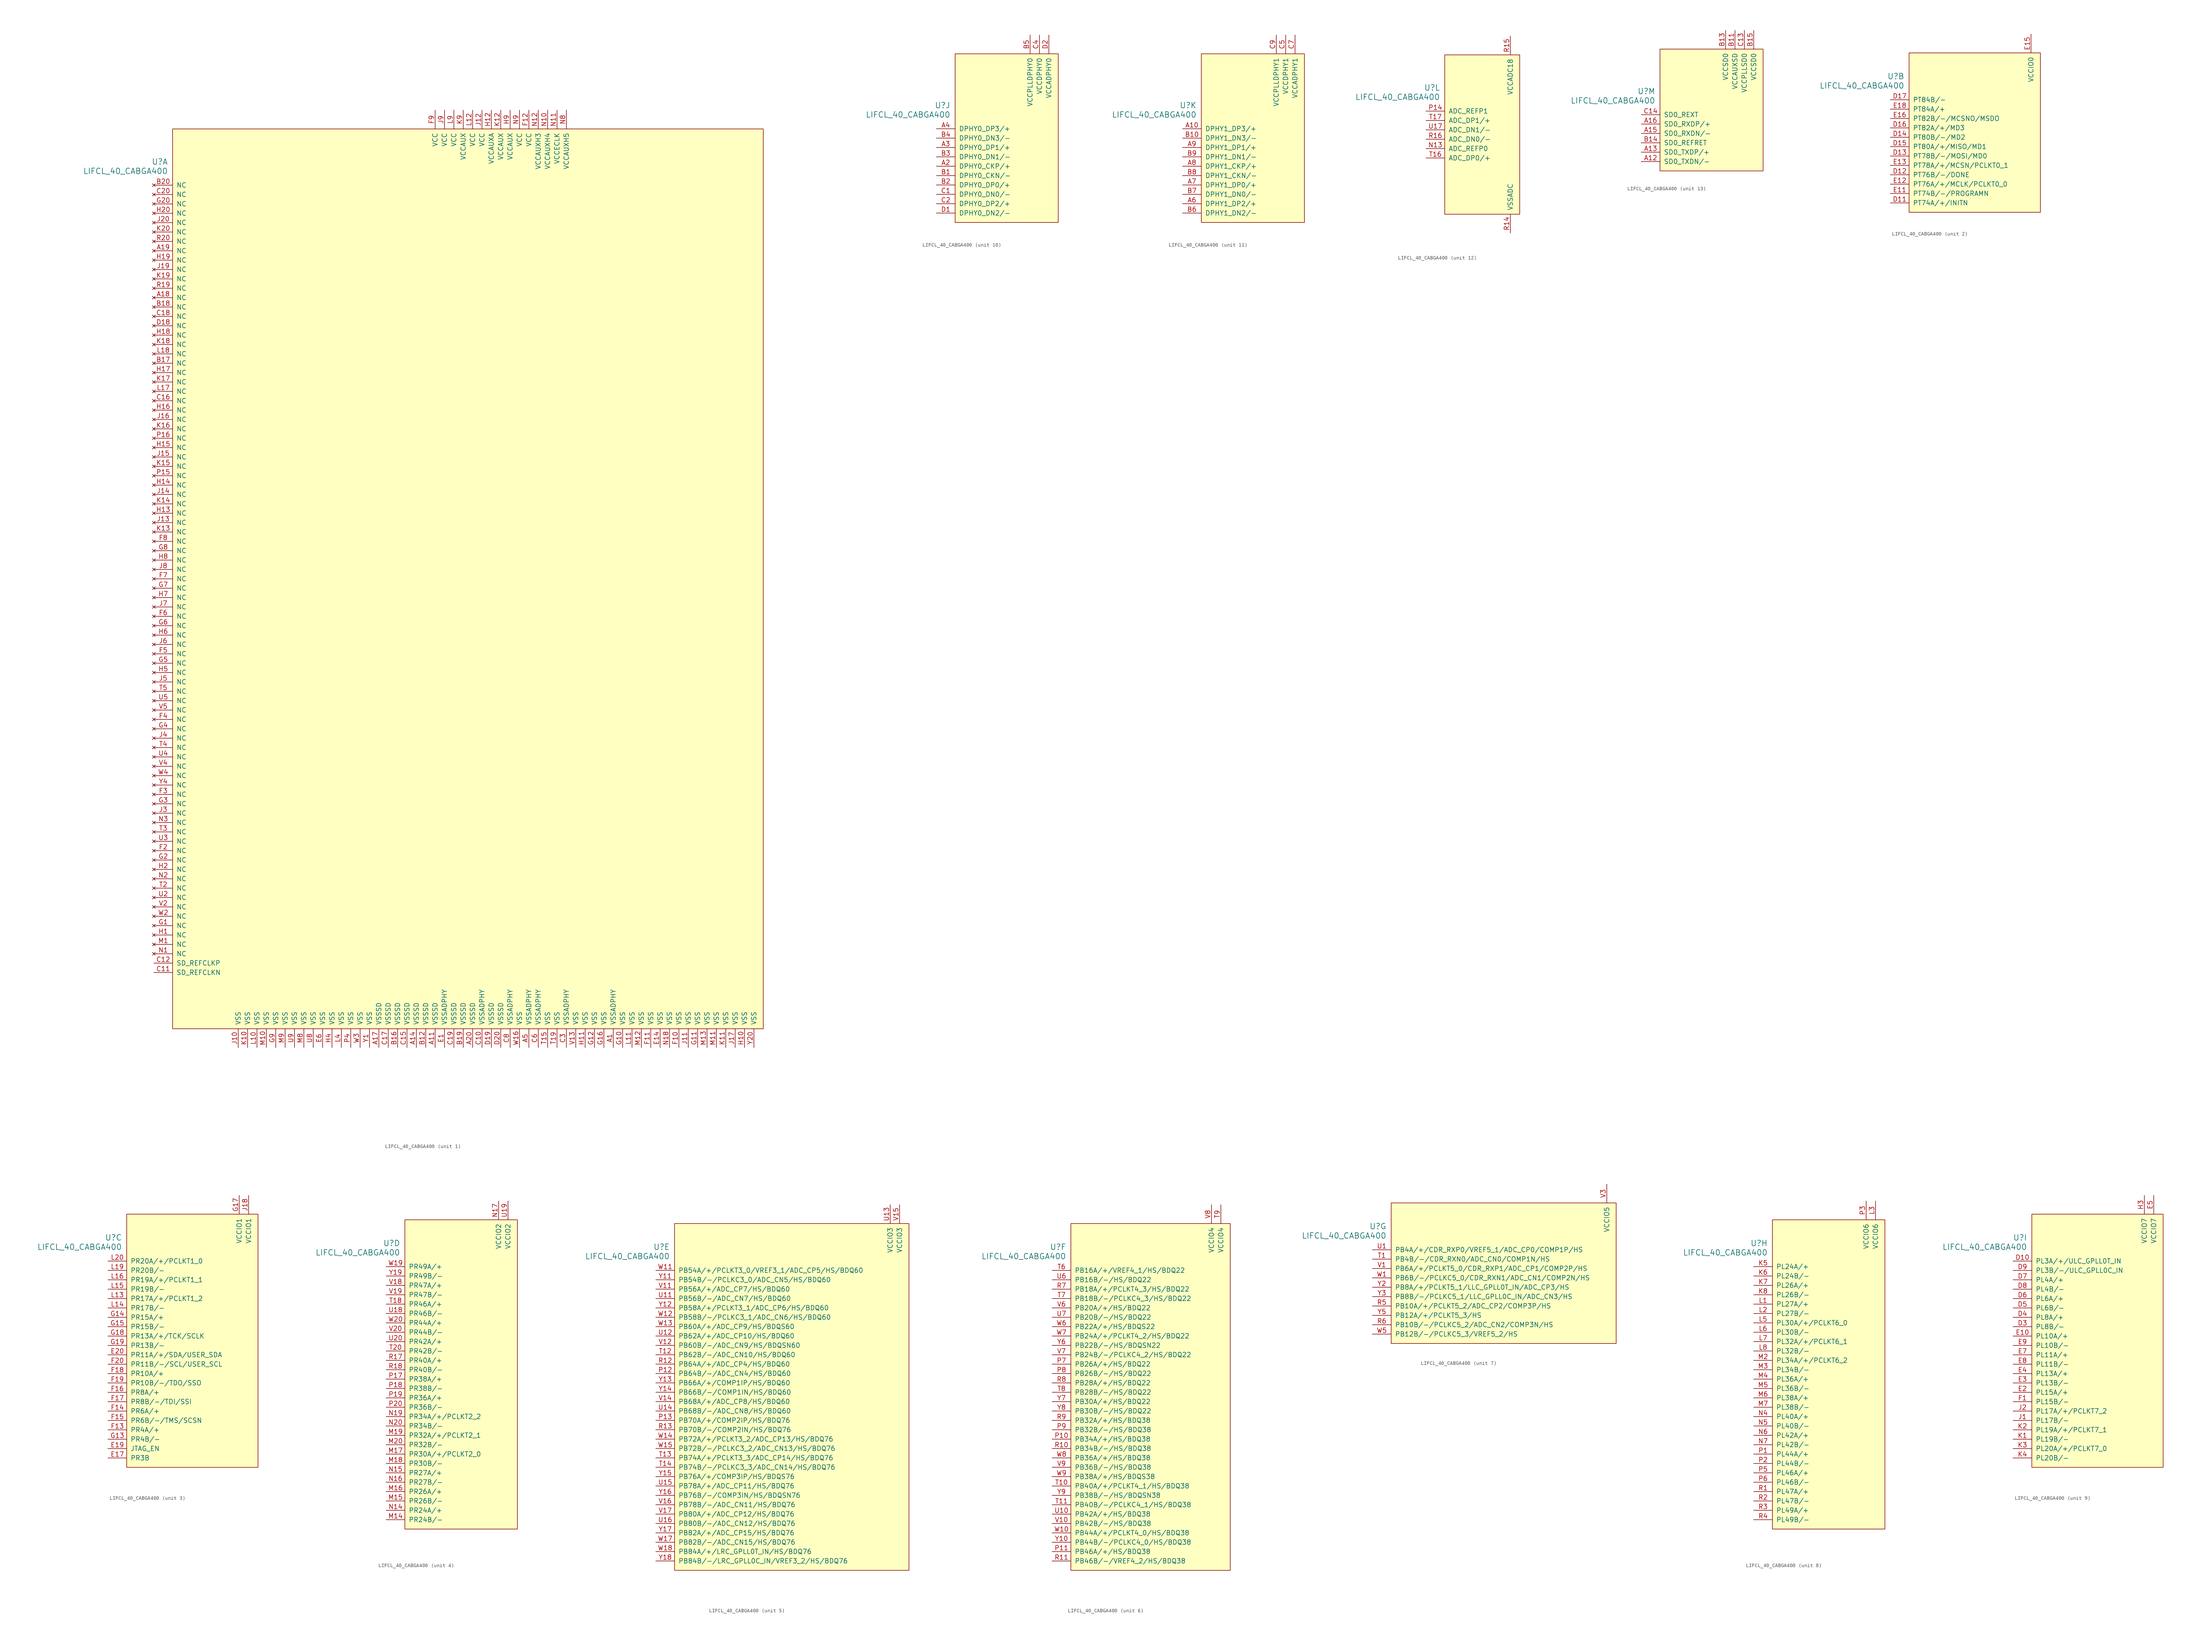
<source format=kicad_sym>
(kicad_symbol_lib
  (version 20201005)
  (generator kicad_symbol_editor)
  (symbol "meowality:LIFCL_40_CABGA400"
    (pin_names
      (offset 1.016))
    (property "Reference" "U"
      (at 3.81 6.35 0)
      (effects (font (size 1.524 1.524)) (justify right)))
    (property "Value" "LIFCL_40_CABGA400"
      (at 3.81 3.81 0)
      (effects (font (size 1.524 1.524)) (justify right)))
    (property "ki_locked" ""
      (at 0 0 0)
      (effects (font (size 1.27 1.27))))
    (symbol "LIFCL_40_CABGA400_1_1"
      (rectangle (start 5.08 15.24) (end 165.1 -228.6) (stroke (width 0)) (fill (type background)))
      (pin power_in line (at 22.86 -233.68 90) (length 5.08) (name "VSS" (effects (font (size 1.27 1.27)))) (number "J10" (effects (font (size 1.27 1.27)))))
      (pin power_in line (at 25.4 -233.68 90) (length 5.08) (name "VSS" (effects (font (size 1.27 1.27)))) (number "K10" (effects (font (size 1.27 1.27)))))
      (pin power_in line (at 27.94 -233.68 90) (length 5.08) (name "VSS" (effects (font (size 1.27 1.27)))) (number "L10" (effects (font (size 1.27 1.27)))))
      (pin power_in line (at 30.48 -233.68 90) (length 5.08) (name "VSS" (effects (font (size 1.27 1.27)))) (number "M10" (effects (font (size 1.27 1.27)))))
      (pin power_in line (at 33.02 -233.68 90) (length 5.08) (name "VSS" (effects (font (size 1.27 1.27)))) (number "G9" (effects (font (size 1.27 1.27)))))
      (pin power_in line (at 35.56 -233.68 90) (length 5.08) (name "VSS" (effects (font (size 1.27 1.27)))) (number "M9" (effects (font (size 1.27 1.27)))))
      (pin power_in line (at 38.1 -233.68 90) (length 5.08) (name "VSS" (effects (font (size 1.27 1.27)))) (number "U9" (effects (font (size 1.27 1.27)))))
      (pin power_in line (at 40.64 -233.68 90) (length 5.08) (name "VSS" (effects (font (size 1.27 1.27)))) (number "M8" (effects (font (size 1.27 1.27)))))
      (pin power_in line (at 43.18 -233.68 90) (length 5.08) (name "VSS" (effects (font (size 1.27 1.27)))) (number "U8" (effects (font (size 1.27 1.27)))))
      (pin power_in line (at 45.72 -233.68 90) (length 5.08) (name "VSS" (effects (font (size 1.27 1.27)))) (number "E6" (effects (font (size 1.27 1.27)))))
      (pin power_in line (at 48.26 -233.68 90) (length 5.08) (name "VSS" (effects (font (size 1.27 1.27)))) (number "H4" (effects (font (size 1.27 1.27)))))
      (pin power_in line (at 50.8 -233.68 90) (length 5.08) (name "VSS" (effects (font (size 1.27 1.27)))) (number "L4" (effects (font (size 1.27 1.27)))))
      (pin power_in line (at 53.34 -233.68 90) (length 5.08) (name "VSS" (effects (font (size 1.27 1.27)))) (number "P4" (effects (font (size 1.27 1.27)))))
      (pin power_in line (at 55.88 -233.68 90) (length 5.08) (name "VSS" (effects (font (size 1.27 1.27)))) (number "W3" (effects (font (size 1.27 1.27)))))
      (pin power_in line (at 58.42 -233.68 90) (length 5.08) (name "VSS" (effects (font (size 1.27 1.27)))) (number "Y1" (effects (font (size 1.27 1.27)))))
      (pin power_in line (at 60.96 -233.68 90) (length 5.08) (name "VSSSD" (effects (font (size 1.27 1.27)))) (number "A17" (effects (font (size 1.27 1.27)))))
      (pin power_in line (at 63.5 -233.68 90) (length 5.08) (name "VSSSD" (effects (font (size 1.27 1.27)))) (number "C17" (effects (font (size 1.27 1.27)))))
      (pin power_in line (at 66.04 -233.68 90) (length 5.08) (name "VSSSD" (effects (font (size 1.27 1.27)))) (number "B16" (effects (font (size 1.27 1.27)))))
      (pin power_in line (at 68.58 -233.68 90) (length 5.08) (name "VSSSD" (effects (font (size 1.27 1.27)))) (number "C15" (effects (font (size 1.27 1.27)))))
      (pin power_in line (at 71.12 -233.68 90) (length 5.08) (name "VSSSD" (effects (font (size 1.27 1.27)))) (number "A14" (effects (font (size 1.27 1.27)))))
      (pin power_in line (at 73.66 -233.68 90) (length 5.08) (name "VSSSD" (effects (font (size 1.27 1.27)))) (number "B12" (effects (font (size 1.27 1.27)))))
      (pin power_in line (at 76.2 -233.68 90) (length 5.08) (name "VSSSD" (effects (font (size 1.27 1.27)))) (number "A11" (effects (font (size 1.27 1.27)))))
      (pin power_in line (at 78.74 -233.68 90) (length 5.08) (name "VSSADPHY" (effects (font (size 1.27 1.27)))) (number "E1" (effects (font (size 1.27 1.27)))))
      (pin power_in line (at 81.28 -233.68 90) (length 5.08) (name "VSSSD" (effects (font (size 1.27 1.27)))) (number "C19" (effects (font (size 1.27 1.27)))))
      (pin power_in line (at 83.82 -233.68 90) (length 5.08) (name "VSSSD" (effects (font (size 1.27 1.27)))) (number "B19" (effects (font (size 1.27 1.27)))))
      (pin power_in line (at 86.36 -233.68 90) (length 5.08) (name "VSSSD" (effects (font (size 1.27 1.27)))) (number "A20" (effects (font (size 1.27 1.27)))))
      (pin power_in line (at 88.9 -233.68 90) (length 5.08) (name "VSSADPHY" (effects (font (size 1.27 1.27)))) (number "C10" (effects (font (size 1.27 1.27)))))
      (pin power_in line (at 91.44 -233.68 90) (length 5.08) (name "VSSSD" (effects (font (size 1.27 1.27)))) (number "D19" (effects (font (size 1.27 1.27)))))
      (pin power_in line (at 93.98 -233.68 90) (length 5.08) (name "VSSSD" (effects (font (size 1.27 1.27)))) (number "D20" (effects (font (size 1.27 1.27)))))
      (pin power_in line (at 96.52 -233.68 90) (length 5.08) (name "VSSADPHY" (effects (font (size 1.27 1.27)))) (number "C8" (effects (font (size 1.27 1.27)))))
      (pin power_in line (at 99.06 -233.68 90) (length 5.08) (name "VSS" (effects (font (size 1.27 1.27)))) (number "W16" (effects (font (size 1.27 1.27)))))
      (pin power_in line (at 101.6 -233.68 90) (length 5.08) (name "VSSADPHY" (effects (font (size 1.27 1.27)))) (number "A5" (effects (font (size 1.27 1.27)))))
      (pin power_in line (at 104.14 -233.68 90) (length 5.08) (name "VSSADPHY" (effects (font (size 1.27 1.27)))) (number "C6" (effects (font (size 1.27 1.27)))))
      (pin power_in line (at 106.68 -233.68 90) (length 5.08) (name "VSS" (effects (font (size 1.27 1.27)))) (number "T15" (effects (font (size 1.27 1.27)))))
      (pin power_in line (at 109.22 -233.68 90) (length 5.08) (name "VSS" (effects (font (size 1.27 1.27)))) (number "T19" (effects (font (size 1.27 1.27)))))
      (pin power_in line (at 111.76 -233.68 90) (length 5.08) (name "VSSADPHY" (effects (font (size 1.27 1.27)))) (number "C3" (effects (font (size 1.27 1.27)))))
      (pin power_in line (at 114.3 -233.68 90) (length 5.08) (name "VSS" (effects (font (size 1.27 1.27)))) (number "V13" (effects (font (size 1.27 1.27)))))
      (pin power_in line (at 116.84 -233.68 90) (length 5.08) (name "VSS" (effects (font (size 1.27 1.27)))) (number "H11" (effects (font (size 1.27 1.27)))))
      (pin power_in line (at 119.38 -233.68 90) (length 5.08) (name "VSS" (effects (font (size 1.27 1.27)))) (number "G12" (effects (font (size 1.27 1.27)))))
      (pin power_in line (at 121.92 -233.68 90) (length 5.08) (name "VSS" (effects (font (size 1.27 1.27)))) (number "G16" (effects (font (size 1.27 1.27)))))
      (pin power_in line (at 124.46 -233.68 90) (length 5.08) (name "VSSADPHY" (effects (font (size 1.27 1.27)))) (number "A1" (effects (font (size 1.27 1.27)))))
      (pin power_in line (at 127 -233.68 90) (length 5.08) (name "VSS" (effects (font (size 1.27 1.27)))) (number "G10" (effects (font (size 1.27 1.27)))))
      (pin power_in line (at 129.54 -233.68 90) (length 5.08) (name "VSS" (effects (font (size 1.27 1.27)))) (number "L11" (effects (font (size 1.27 1.27)))))
      (pin power_in line (at 132.08 -233.68 90) (length 5.08) (name "VSS" (effects (font (size 1.27 1.27)))) (number "M12" (effects (font (size 1.27 1.27)))))
      (pin power_in line (at 134.62 -233.68 90) (length 5.08) (name "VSS" (effects (font (size 1.27 1.27)))) (number "F11" (effects (font (size 1.27 1.27)))))
      (pin power_in line (at 137.16 -233.68 90) (length 5.08) (name "VSS" (effects (font (size 1.27 1.27)))) (number "E14" (effects (font (size 1.27 1.27)))))
      (pin power_in line (at 139.7 -233.68 90) (length 5.08) (name "VSS" (effects (font (size 1.27 1.27)))) (number "N18" (effects (font (size 1.27 1.27)))))
      (pin power_in line (at 142.24 -233.68 90) (length 5.08) (name "VSS" (effects (font (size 1.27 1.27)))) (number "F10" (effects (font (size 1.27 1.27)))))
      (pin power_in line (at 144.78 -233.68 90) (length 5.08) (name "VSS" (effects (font (size 1.27 1.27)))) (number "J11" (effects (font (size 1.27 1.27)))))
      (pin power_in line (at 147.32 -233.68 90) (length 5.08) (name "VSS" (effects (font (size 1.27 1.27)))) (number "G11" (effects (font (size 1.27 1.27)))))
      (pin power_in line (at 149.86 -233.68 90) (length 5.08) (name "VSS" (effects (font (size 1.27 1.27)))) (number "M13" (effects (font (size 1.27 1.27)))))
      (pin power_in line (at 152.4 -233.68 90) (length 5.08) (name "VSS" (effects (font (size 1.27 1.27)))) (number "M11" (effects (font (size 1.27 1.27)))))
      (pin power_in line (at 154.94 -233.68 90) (length 5.08) (name "VSS" (effects (font (size 1.27 1.27)))) (number "K11" (effects (font (size 1.27 1.27)))))
      (pin power_in line (at 157.48 -233.68 90) (length 5.08) (name "VSS" (effects (font (size 1.27 1.27)))) (number "J17" (effects (font (size 1.27 1.27)))))
      (pin power_in line (at 160.02 -233.68 90) (length 5.08) (name "VSS" (effects (font (size 1.27 1.27)))) (number "H10" (effects (font (size 1.27 1.27)))))
      (pin power_in line (at 162.56 -233.68 90) (length 5.08) (name "VSS" (effects (font (size 1.27 1.27)))) (number "Y20" (effects (font (size 1.27 1.27)))))
      (pin power_in line (at 111.76 20.32 270) (length 5.08) (name "VCCAUXH5" (effects (font (size 1.27 1.27)))) (number "N8" (effects (font (size 1.27 1.27)))))
      (pin power_in line (at 109.22 20.32 270) (length 5.08) (name "VCCECLK" (effects (font (size 1.27 1.27)))) (number "N11" (effects (font (size 1.27 1.27)))))
      (pin power_in line (at 106.68 20.32 270) (length 5.08) (name "VCCAUXH4" (effects (font (size 1.27 1.27)))) (number "N10" (effects (font (size 1.27 1.27)))))
      (pin power_in line (at 104.14 20.32 270) (length 5.08) (name "VCCAUXH3" (effects (font (size 1.27 1.27)))) (number "N12" (effects (font (size 1.27 1.27)))))
      (pin power_in line (at 101.6 20.32 270) (length 5.08) (name "VCC" (effects (font (size 1.27 1.27)))) (number "F12" (effects (font (size 1.27 1.27)))))
      (pin power_in line (at 99.06 20.32 270) (length 5.08) (name "VCC" (effects (font (size 1.27 1.27)))) (number "N9" (effects (font (size 1.27 1.27)))))
      (pin power_in line (at 96.52 20.32 270) (length 5.08) (name "VCCAUX" (effects (font (size 1.27 1.27)))) (number "H9" (effects (font (size 1.27 1.27)))))
      (pin power_in line (at 93.98 20.32 270) (length 5.08) (name "VCCAUX" (effects (font (size 1.27 1.27)))) (number "K12" (effects (font (size 1.27 1.27)))))
      (pin power_in line (at 91.44 20.32 270) (length 5.08) (name "VCCAUXA" (effects (font (size 1.27 1.27)))) (number "H12" (effects (font (size 1.27 1.27)))))
      (pin power_in line (at 88.9 20.32 270) (length 5.08) (name "VCC" (effects (font (size 1.27 1.27)))) (number "J12" (effects (font (size 1.27 1.27)))))
      (pin power_in line (at 86.36 20.32 270) (length 5.08) (name "VCC" (effects (font (size 1.27 1.27)))) (number "L12" (effects (font (size 1.27 1.27)))))
      (pin power_in line (at 83.82 20.32 270) (length 5.08) (name "VCCAUX" (effects (font (size 1.27 1.27)))) (number "K9" (effects (font (size 1.27 1.27)))))
      (pin power_in line (at 81.28 20.32 270) (length 5.08) (name "VCC" (effects (font (size 1.27 1.27)))) (number "L9" (effects (font (size 1.27 1.27)))))
      (pin power_in line (at 78.74 20.32 270) (length 5.08) (name "VCC" (effects (font (size 1.27 1.27)))) (number "J9" (effects (font (size 1.27 1.27)))))
      (pin power_in line (at 76.2 20.32 270) (length 5.08) (name "VCC" (effects (font (size 1.27 1.27)))) (number "F9" (effects (font (size 1.27 1.27)))))
      (pin no_connect line (at 0 0 0) (length 5.08) (name "NC" (effects (font (size 1.27 1.27)))) (number "B20" (effects (font (size 1.27 1.27)))))
      (pin no_connect line (at 0 -2.54 0) (length 5.08) (name "NC" (effects (font (size 1.27 1.27)))) (number "C20" (effects (font (size 1.27 1.27)))))
      (pin no_connect line (at 0 -5.08 0) (length 5.08) (name "NC" (effects (font (size 1.27 1.27)))) (number "G20" (effects (font (size 1.27 1.27)))))
      (pin no_connect line (at 0 -7.62 0) (length 5.08) (name "NC" (effects (font (size 1.27 1.27)))) (number "H20" (effects (font (size 1.27 1.27)))))
      (pin no_connect line (at 0 -10.16 0) (length 5.08) (name "NC" (effects (font (size 1.27 1.27)))) (number "J20" (effects (font (size 1.27 1.27)))))
      (pin no_connect line (at 0 -12.7 0) (length 5.08) (name "NC" (effects (font (size 1.27 1.27)))) (number "K20" (effects (font (size 1.27 1.27)))))
      (pin no_connect line (at 0 -15.24 0) (length 5.08) (name "NC" (effects (font (size 1.27 1.27)))) (number "R20" (effects (font (size 1.27 1.27)))))
      (pin no_connect line (at 0 -17.78 0) (length 5.08) (name "NC" (effects (font (size 1.27 1.27)))) (number "A19" (effects (font (size 1.27 1.27)))))
      (pin no_connect line (at 0 -20.32 0) (length 5.08) (name "NC" (effects (font (size 1.27 1.27)))) (number "H19" (effects (font (size 1.27 1.27)))))
      (pin no_connect line (at 0 -22.86 0) (length 5.08) (name "NC" (effects (font (size 1.27 1.27)))) (number "J19" (effects (font (size 1.27 1.27)))))
      (pin no_connect line (at 0 -25.4 0) (length 5.08) (name "NC" (effects (font (size 1.27 1.27)))) (number "K19" (effects (font (size 1.27 1.27)))))
      (pin no_connect line (at 0 -27.94 0) (length 5.08) (name "NC" (effects (font (size 1.27 1.27)))) (number "R19" (effects (font (size 1.27 1.27)))))
      (pin no_connect line (at 0 -30.48 0) (length 5.08) (name "NC" (effects (font (size 1.27 1.27)))) (number "A18" (effects (font (size 1.27 1.27)))))
      (pin no_connect line (at 0 -33.02 0) (length 5.08) (name "NC" (effects (font (size 1.27 1.27)))) (number "B18" (effects (font (size 1.27 1.27)))))
      (pin no_connect line (at 0 -35.56 0) (length 5.08) (name "NC" (effects (font (size 1.27 1.27)))) (number "C18" (effects (font (size 1.27 1.27)))))
      (pin no_connect line (at 0 -38.1 0) (length 5.08) (name "NC" (effects (font (size 1.27 1.27)))) (number "D18" (effects (font (size 1.27 1.27)))))
      (pin no_connect line (at 0 -40.64 0) (length 5.08) (name "NC" (effects (font (size 1.27 1.27)))) (number "H18" (effects (font (size 1.27 1.27)))))
      (pin no_connect line (at 0 -43.18 0) (length 5.08) (name "NC" (effects (font (size 1.27 1.27)))) (number "K18" (effects (font (size 1.27 1.27)))))
      (pin no_connect line (at 0 -45.72 0) (length 5.08) (name "NC" (effects (font (size 1.27 1.27)))) (number "L18" (effects (font (size 1.27 1.27)))))
      (pin no_connect line (at 0 -48.26 0) (length 5.08) (name "NC" (effects (font (size 1.27 1.27)))) (number "B17" (effects (font (size 1.27 1.27)))))
      (pin no_connect line (at 0 -50.8 0) (length 5.08) (name "NC" (effects (font (size 1.27 1.27)))) (number "H17" (effects (font (size 1.27 1.27)))))
      (pin no_connect line (at 0 -53.34 0) (length 5.08) (name "NC" (effects (font (size 1.27 1.27)))) (number "K17" (effects (font (size 1.27 1.27)))))
      (pin no_connect line (at 0 -55.88 0) (length 5.08) (name "NC" (effects (font (size 1.27 1.27)))) (number "L17" (effects (font (size 1.27 1.27)))))
      (pin no_connect line (at 0 -58.42 0) (length 5.08) (name "NC" (effects (font (size 1.27 1.27)))) (number "C16" (effects (font (size 1.27 1.27)))))
      (pin no_connect line (at 0 -60.96 0) (length 5.08) (name "NC" (effects (font (size 1.27 1.27)))) (number "H16" (effects (font (size 1.27 1.27)))))
      (pin no_connect line (at 0 -63.5 0) (length 5.08) (name "NC" (effects (font (size 1.27 1.27)))) (number "J16" (effects (font (size 1.27 1.27)))))
      (pin no_connect line (at 0 -66.04 0) (length 5.08) (name "NC" (effects (font (size 1.27 1.27)))) (number "K16" (effects (font (size 1.27 1.27)))))
      (pin no_connect line (at 0 -68.58 0) (length 5.08) (name "NC" (effects (font (size 1.27 1.27)))) (number "P16" (effects (font (size 1.27 1.27)))))
      (pin no_connect line (at 0 -71.12 0) (length 5.08) (name "NC" (effects (font (size 1.27 1.27)))) (number "H15" (effects (font (size 1.27 1.27)))))
      (pin no_connect line (at 0 -73.66 0) (length 5.08) (name "NC" (effects (font (size 1.27 1.27)))) (number "J15" (effects (font (size 1.27 1.27)))))
      (pin no_connect line (at 0 -76.2 0) (length 5.08) (name "NC" (effects (font (size 1.27 1.27)))) (number "K15" (effects (font (size 1.27 1.27)))))
      (pin no_connect line (at 0 -78.74 0) (length 5.08) (name "NC" (effects (font (size 1.27 1.27)))) (number "P15" (effects (font (size 1.27 1.27)))))
      (pin no_connect line (at 0 -81.28 0) (length 5.08) (name "NC" (effects (font (size 1.27 1.27)))) (number "H14" (effects (font (size 1.27 1.27)))))
      (pin no_connect line (at 0 -83.82 0) (length 5.08) (name "NC" (effects (font (size 1.27 1.27)))) (number "J14" (effects (font (size 1.27 1.27)))))
      (pin no_connect line (at 0 -86.36 0) (length 5.08) (name "NC" (effects (font (size 1.27 1.27)))) (number "K14" (effects (font (size 1.27 1.27)))))
      (pin no_connect line (at 0 -88.9 0) (length 5.08) (name "NC" (effects (font (size 1.27 1.27)))) (number "H13" (effects (font (size 1.27 1.27)))))
      (pin no_connect line (at 0 -91.44 0) (length 5.08) (name "NC" (effects (font (size 1.27 1.27)))) (number "J13" (effects (font (size 1.27 1.27)))))
      (pin no_connect line (at 0 -93.98 0) (length 5.08) (name "NC" (effects (font (size 1.27 1.27)))) (number "K13" (effects (font (size 1.27 1.27)))))
      (pin no_connect line (at 0 -96.52 0) (length 5.08) (name "NC" (effects (font (size 1.27 1.27)))) (number "F8" (effects (font (size 1.27 1.27)))))
      (pin no_connect line (at 0 -99.06 0) (length 5.08) (name "NC" (effects (font (size 1.27 1.27)))) (number "G8" (effects (font (size 1.27 1.27)))))
      (pin no_connect line (at 0 -101.6 0) (length 5.08) (name "NC" (effects (font (size 1.27 1.27)))) (number "H8" (effects (font (size 1.27 1.27)))))
      (pin no_connect line (at 0 -104.14 0) (length 5.08) (name "NC" (effects (font (size 1.27 1.27)))) (number "J8" (effects (font (size 1.27 1.27)))))
      (pin no_connect line (at 0 -106.68 0) (length 5.08) (name "NC" (effects (font (size 1.27 1.27)))) (number "F7" (effects (font (size 1.27 1.27)))))
      (pin no_connect line (at 0 -109.22 0) (length 5.08) (name "NC" (effects (font (size 1.27 1.27)))) (number "G7" (effects (font (size 1.27 1.27)))))
      (pin no_connect line (at 0 -111.76 0) (length 5.08) (name "NC" (effects (font (size 1.27 1.27)))) (number "H7" (effects (font (size 1.27 1.27)))))
      (pin no_connect line (at 0 -114.3 0) (length 5.08) (name "NC" (effects (font (size 1.27 1.27)))) (number "J7" (effects (font (size 1.27 1.27)))))
      (pin no_connect line (at 0 -116.84 0) (length 5.08) (name "NC" (effects (font (size 1.27 1.27)))) (number "F6" (effects (font (size 1.27 1.27)))))
      (pin no_connect line (at 0 -119.38 0) (length 5.08) (name "NC" (effects (font (size 1.27 1.27)))) (number "G6" (effects (font (size 1.27 1.27)))))
      (pin no_connect line (at 0 -121.92 0) (length 5.08) (name "NC" (effects (font (size 1.27 1.27)))) (number "H6" (effects (font (size 1.27 1.27)))))
      (pin no_connect line (at 0 -124.46 0) (length 5.08) (name "NC" (effects (font (size 1.27 1.27)))) (number "J6" (effects (font (size 1.27 1.27)))))
      (pin no_connect line (at 0 -127 0) (length 5.08) (name "NC" (effects (font (size 1.27 1.27)))) (number "F5" (effects (font (size 1.27 1.27)))))
      (pin no_connect line (at 0 -129.54 0) (length 5.08) (name "NC" (effects (font (size 1.27 1.27)))) (number "G5" (effects (font (size 1.27 1.27)))))
      (pin no_connect line (at 0 -132.08 0) (length 5.08) (name "NC" (effects (font (size 1.27 1.27)))) (number "H5" (effects (font (size 1.27 1.27)))))
      (pin no_connect line (at 0 -134.62 0) (length 5.08) (name "NC" (effects (font (size 1.27 1.27)))) (number "J5" (effects (font (size 1.27 1.27)))))
      (pin no_connect line (at 0 -137.16 0) (length 5.08) (name "NC" (effects (font (size 1.27 1.27)))) (number "T5" (effects (font (size 1.27 1.27)))))
      (pin no_connect line (at 0 -139.7 0) (length 5.08) (name "NC" (effects (font (size 1.27 1.27)))) (number "U5" (effects (font (size 1.27 1.27)))))
      (pin no_connect line (at 0 -142.24 0) (length 5.08) (name "NC" (effects (font (size 1.27 1.27)))) (number "V5" (effects (font (size 1.27 1.27)))))
      (pin no_connect line (at 0 -144.78 0) (length 5.08) (name "NC" (effects (font (size 1.27 1.27)))) (number "F4" (effects (font (size 1.27 1.27)))))
      (pin no_connect line (at 0 -147.32 0) (length 5.08) (name "NC" (effects (font (size 1.27 1.27)))) (number "G4" (effects (font (size 1.27 1.27)))))
      (pin no_connect line (at 0 -149.86 0) (length 5.08) (name "NC" (effects (font (size 1.27 1.27)))) (number "J4" (effects (font (size 1.27 1.27)))))
      (pin no_connect line (at 0 -152.4 0) (length 5.08) (name "NC" (effects (font (size 1.27 1.27)))) (number "T4" (effects (font (size 1.27 1.27)))))
      (pin no_connect line (at 0 -154.94 0) (length 5.08) (name "NC" (effects (font (size 1.27 1.27)))) (number "U4" (effects (font (size 1.27 1.27)))))
      (pin no_connect line (at 0 -157.48 0) (length 5.08) (name "NC" (effects (font (size 1.27 1.27)))) (number "V4" (effects (font (size 1.27 1.27)))))
      (pin no_connect line (at 0 -160.02 0) (length 5.08) (name "NC" (effects (font (size 1.27 1.27)))) (number "W4" (effects (font (size 1.27 1.27)))))
      (pin no_connect line (at 0 -162.56 0) (length 5.08) (name "NC" (effects (font (size 1.27 1.27)))) (number "Y4" (effects (font (size 1.27 1.27)))))
      (pin no_connect line (at 0 -165.1 0) (length 5.08) (name "NC" (effects (font (size 1.27 1.27)))) (number "F3" (effects (font (size 1.27 1.27)))))
      (pin no_connect line (at 0 -167.64 0) (length 5.08) (name "NC" (effects (font (size 1.27 1.27)))) (number "G3" (effects (font (size 1.27 1.27)))))
      (pin no_connect line (at 0 -170.18 0) (length 5.08) (name "NC" (effects (font (size 1.27 1.27)))) (number "J3" (effects (font (size 1.27 1.27)))))
      (pin no_connect line (at 0 -172.72 0) (length 5.08) (name "NC" (effects (font (size 1.27 1.27)))) (number "N3" (effects (font (size 1.27 1.27)))))
      (pin no_connect line (at 0 -175.26 0) (length 5.08) (name "NC" (effects (font (size 1.27 1.27)))) (number "T3" (effects (font (size 1.27 1.27)))))
      (pin no_connect line (at 0 -177.8 0) (length 5.08) (name "NC" (effects (font (size 1.27 1.27)))) (number "U3" (effects (font (size 1.27 1.27)))))
      (pin no_connect line (at 0 -180.34 0) (length 5.08) (name "NC" (effects (font (size 1.27 1.27)))) (number "F2" (effects (font (size 1.27 1.27)))))
      (pin no_connect line (at 0 -182.88 0) (length 5.08) (name "NC" (effects (font (size 1.27 1.27)))) (number "G2" (effects (font (size 1.27 1.27)))))
      (pin no_connect line (at 0 -185.42 0) (length 5.08) (name "NC" (effects (font (size 1.27 1.27)))) (number "H2" (effects (font (size 1.27 1.27)))))
      (pin no_connect line (at 0 -187.96 0) (length 5.08) (name "NC" (effects (font (size 1.27 1.27)))) (number "N2" (effects (font (size 1.27 1.27)))))
      (pin no_connect line (at 0 -190.5 0) (length 5.08) (name "NC" (effects (font (size 1.27 1.27)))) (number "T2" (effects (font (size 1.27 1.27)))))
      (pin no_connect line (at 0 -193.04 0) (length 5.08) (name "NC" (effects (font (size 1.27 1.27)))) (number "U2" (effects (font (size 1.27 1.27)))))
      (pin no_connect line (at 0 -195.58 0) (length 5.08) (name "NC" (effects (font (size 1.27 1.27)))) (number "V2" (effects (font (size 1.27 1.27)))))
      (pin no_connect line (at 0 -198.12 0) (length 5.08) (name "NC" (effects (font (size 1.27 1.27)))) (number "W2" (effects (font (size 1.27 1.27)))))
      (pin no_connect line (at 0 -200.66 0) (length 5.08) (name "NC" (effects (font (size 1.27 1.27)))) (number "G1" (effects (font (size 1.27 1.27)))))
      (pin no_connect line (at 0 -203.2 0) (length 5.08) (name "NC" (effects (font (size 1.27 1.27)))) (number "H1" (effects (font (size 1.27 1.27)))))
      (pin no_connect line (at 0 -205.74 0) (length 5.08) (name "NC" (effects (font (size 1.27 1.27)))) (number "M1" (effects (font (size 1.27 1.27)))))
      (pin no_connect line (at 0 -208.28 0) (length 5.08) (name "NC" (effects (font (size 1.27 1.27)))) (number "N1" (effects (font (size 1.27 1.27)))))
      (pin bidirectional line (at 0 -210.82 0) (length 5.08) (name "SD_REFCLKP" (effects (font (size 1.27 1.27)))) (number "C12" (effects (font (size 1.27 1.27)))))
      (pin bidirectional line (at 0 -213.36 0) (length 5.08) (name "SD_REFCLKN" (effects (font (size 1.27 1.27)))) (number "C11" (effects (font (size 1.27 1.27))))))
    (symbol "LIFCL_40_CABGA400_2_1"
      (rectangle (start 5.08 12.7) (end 40.64 -30.48) (stroke (width 0)) (fill (type background)))
      (pin power_in line (at 38.1 17.78 270) (length 5.08) (name "VCCIO0" (effects (font (size 1.27 1.27)))) (number "E15" (effects (font (size 1.27 1.27)))))
      (pin bidirectional line (at 0 0 0) (length 5.08) (name "PT84B/-" (effects (font (size 1.27 1.27)))) (number "D17" (effects (font (size 1.27 1.27)))))
      (pin bidirectional line (at 0 -2.54 0) (length 5.08) (name "PT84A/+" (effects (font (size 1.27 1.27)))) (number "E18" (effects (font (size 1.27 1.27)))))
      (pin bidirectional line (at 0 -5.08 0) (length 5.08) (name "PT82B/-/MCSNO/MSDO" (effects (font (size 1.27 1.27)))) (number "E16" (effects (font (size 1.27 1.27)))))
      (pin bidirectional line (at 0 -7.62 0) (length 5.08) (name "PT82A/+/MD3" (effects (font (size 1.27 1.27)))) (number "D16" (effects (font (size 1.27 1.27)))))
      (pin bidirectional line (at 0 -10.16 0) (length 5.08) (name "PT80B/-/MD2" (effects (font (size 1.27 1.27)))) (number "D14" (effects (font (size 1.27 1.27)))))
      (pin bidirectional line (at 0 -12.7 0) (length 5.08) (name "PT80A/+/MISO/MD1" (effects (font (size 1.27 1.27)))) (number "D15" (effects (font (size 1.27 1.27)))))
      (pin bidirectional line (at 0 -15.24 0) (length 5.08) (name "PT78B/-/MOSI/MD0" (effects (font (size 1.27 1.27)))) (number "D13" (effects (font (size 1.27 1.27)))))
      (pin bidirectional line (at 0 -17.78 0) (length 5.08) (name "PT78A/+/MCSN/PCLKT0_1" (effects (font (size 1.27 1.27)))) (number "E13" (effects (font (size 1.27 1.27)))))
      (pin bidirectional line (at 0 -20.32 0) (length 5.08) (name "PT76B/-/DONE" (effects (font (size 1.27 1.27)))) (number "D12" (effects (font (size 1.27 1.27)))))
      (pin bidirectional line (at 0 -22.86 0) (length 5.08) (name "PT76A/+/MCLK/PCLKT0_0" (effects (font (size 1.27 1.27)))) (number "E12" (effects (font (size 1.27 1.27)))))
      (pin bidirectional line (at 0 -25.4 0) (length 5.08) (name "PT74B/-/PROGRAMN" (effects (font (size 1.27 1.27)))) (number "E11" (effects (font (size 1.27 1.27)))))
      (pin bidirectional line (at 0 -27.94 0) (length 5.08) (name "PT74A/+/INITN" (effects (font (size 1.27 1.27)))) (number "D11" (effects (font (size 1.27 1.27))))))
    (symbol "LIFCL_40_CABGA400_3_1"
      (rectangle (start 5.08 12.7) (end 40.64 -55.88) (stroke (width 0)) (fill (type background)))
      (pin power_in line (at 38.1 17.78 270) (length 5.08) (name "VCCIO1" (effects (font (size 1.27 1.27)))) (number "J18" (effects (font (size 1.27 1.27)))))
      (pin power_in line (at 35.56 17.78 270) (length 5.08) (name "VCCIO1" (effects (font (size 1.27 1.27)))) (number "G17" (effects (font (size 1.27 1.27)))))
      (pin bidirectional line (at 0 0 0) (length 5.08) (name "PR20A/+/PCLKT1_0" (effects (font (size 1.27 1.27)))) (number "L20" (effects (font (size 1.27 1.27)))))
      (pin bidirectional line (at 0 -2.54 0) (length 5.08) (name "PR20B/-" (effects (font (size 1.27 1.27)))) (number "L19" (effects (font (size 1.27 1.27)))))
      (pin bidirectional line (at 0 -5.08 0) (length 5.08) (name "PR19A/+/PCLKT1_1" (effects (font (size 1.27 1.27)))) (number "L16" (effects (font (size 1.27 1.27)))))
      (pin bidirectional line (at 0 -7.62 0) (length 5.08) (name "PR19B/-" (effects (font (size 1.27 1.27)))) (number "L15" (effects (font (size 1.27 1.27)))))
      (pin bidirectional line (at 0 -10.16 0) (length 5.08) (name "PR17A/+/PCLKT1_2" (effects (font (size 1.27 1.27)))) (number "L13" (effects (font (size 1.27 1.27)))))
      (pin bidirectional line (at 0 -12.7 0) (length 5.08) (name "PR17B/-" (effects (font (size 1.27 1.27)))) (number "L14" (effects (font (size 1.27 1.27)))))
      (pin bidirectional line (at 0 -15.24 0) (length 5.08) (name "PR15A/+" (effects (font (size 1.27 1.27)))) (number "G14" (effects (font (size 1.27 1.27)))))
      (pin bidirectional line (at 0 -17.78 0) (length 5.08) (name "PR15B/-" (effects (font (size 1.27 1.27)))) (number "G15" (effects (font (size 1.27 1.27)))))
      (pin bidirectional line (at 0 -20.32 0) (length 5.08) (name "PR13A/+/TCK/SCLK" (effects (font (size 1.27 1.27)))) (number "G18" (effects (font (size 1.27 1.27)))))
      (pin bidirectional line (at 0 -22.86 0) (length 5.08) (name "PR13B/-" (effects (font (size 1.27 1.27)))) (number "G19" (effects (font (size 1.27 1.27)))))
      (pin bidirectional line (at 0 -25.4 0) (length 5.08) (name "PR11A/+/SDA/USER_SDA" (effects (font (size 1.27 1.27)))) (number "E20" (effects (font (size 1.27 1.27)))))
      (pin bidirectional line (at 0 -27.94 0) (length 5.08) (name "PR11B/-/SCL/USER_SCL" (effects (font (size 1.27 1.27)))) (number "F20" (effects (font (size 1.27 1.27)))))
      (pin bidirectional line (at 0 -30.48 0) (length 5.08) (name "PR10A/+" (effects (font (size 1.27 1.27)))) (number "F18" (effects (font (size 1.27 1.27)))))
      (pin bidirectional line (at 0 -33.02 0) (length 5.08) (name "PR10B/-/TDO/SSO" (effects (font (size 1.27 1.27)))) (number "F19" (effects (font (size 1.27 1.27)))))
      (pin bidirectional line (at 0 -35.56 0) (length 5.08) (name "PR8A/+" (effects (font (size 1.27 1.27)))) (number "F16" (effects (font (size 1.27 1.27)))))
      (pin bidirectional line (at 0 -38.1 0) (length 5.08) (name "PR8B/-/TDI/SSI" (effects (font (size 1.27 1.27)))) (number "F17" (effects (font (size 1.27 1.27)))))
      (pin bidirectional line (at 0 -40.64 0) (length 5.08) (name "PR6A/+" (effects (font (size 1.27 1.27)))) (number "F14" (effects (font (size 1.27 1.27)))))
      (pin bidirectional line (at 0 -43.18 0) (length 5.08) (name "PR6B/-/TMS/SCSN" (effects (font (size 1.27 1.27)))) (number "F15" (effects (font (size 1.27 1.27)))))
      (pin bidirectional line (at 0 -45.72 0) (length 5.08) (name "PR4A/+" (effects (font (size 1.27 1.27)))) (number "F13" (effects (font (size 1.27 1.27)))))
      (pin bidirectional line (at 0 -48.26 0) (length 5.08) (name "PR4B/-" (effects (font (size 1.27 1.27)))) (number "G13" (effects (font (size 1.27 1.27)))))
      (pin bidirectional line (at 0 -50.8 0) (length 5.08) (name "JTAG_EN" (effects (font (size 1.27 1.27)))) (number "E19" (effects (font (size 1.27 1.27)))))
      (pin bidirectional line (at 0 -53.34 0) (length 5.08) (name "PR3B" (effects (font (size 1.27 1.27)))) (number "E17" (effects (font (size 1.27 1.27))))))
    (symbol "LIFCL_40_CABGA400_4_1"
      (rectangle (start 5.08 12.7) (end 35.56 -71.12) (stroke (width 0)) (fill (type background)))
      (pin power_in line (at 33.02 17.78 270) (length 5.08) (name "VCCIO2" (effects (font (size 1.27 1.27)))) (number "U19" (effects (font (size 1.27 1.27)))))
      (pin power_in line (at 30.48 17.78 270) (length 5.08) (name "VCCIO2" (effects (font (size 1.27 1.27)))) (number "N17" (effects (font (size 1.27 1.27)))))
      (pin bidirectional line (at 0 0 0) (length 5.08) (name "PR49A/+" (effects (font (size 1.27 1.27)))) (number "W19" (effects (font (size 1.27 1.27)))))
      (pin bidirectional line (at 0 -2.54 0) (length 5.08) (name "PR49B/-" (effects (font (size 1.27 1.27)))) (number "Y19" (effects (font (size 1.27 1.27)))))
      (pin bidirectional line (at 0 -5.08 0) (length 5.08) (name "PR47A/+" (effects (font (size 1.27 1.27)))) (number "V18" (effects (font (size 1.27 1.27)))))
      (pin bidirectional line (at 0 -7.62 0) (length 5.08) (name "PR47B/-" (effects (font (size 1.27 1.27)))) (number "V19" (effects (font (size 1.27 1.27)))))
      (pin bidirectional line (at 0 -10.16 0) (length 5.08) (name "PR46A/+" (effects (font (size 1.27 1.27)))) (number "T18" (effects (font (size 1.27 1.27)))))
      (pin bidirectional line (at 0 -12.7 0) (length 5.08) (name "PR46B/-" (effects (font (size 1.27 1.27)))) (number "U18" (effects (font (size 1.27 1.27)))))
      (pin bidirectional line (at 0 -15.24 0) (length 5.08) (name "PR44A/+" (effects (font (size 1.27 1.27)))) (number "W20" (effects (font (size 1.27 1.27)))))
      (pin bidirectional line (at 0 -17.78 0) (length 5.08) (name "PR44B/-" (effects (font (size 1.27 1.27)))) (number "V20" (effects (font (size 1.27 1.27)))))
      (pin bidirectional line (at 0 -20.32 0) (length 5.08) (name "PR42A/+" (effects (font (size 1.27 1.27)))) (number "U20" (effects (font (size 1.27 1.27)))))
      (pin bidirectional line (at 0 -22.86 0) (length 5.08) (name "PR42B/-" (effects (font (size 1.27 1.27)))) (number "T20" (effects (font (size 1.27 1.27)))))
      (pin bidirectional line (at 0 -25.4 0) (length 5.08) (name "PR40A/+" (effects (font (size 1.27 1.27)))) (number "R17" (effects (font (size 1.27 1.27)))))
      (pin bidirectional line (at 0 -27.94 0) (length 5.08) (name "PR40B/-" (effects (font (size 1.27 1.27)))) (number "R18" (effects (font (size 1.27 1.27)))))
      (pin bidirectional line (at 0 -30.48 0) (length 5.08) (name "PR38A/+" (effects (font (size 1.27 1.27)))) (number "P17" (effects (font (size 1.27 1.27)))))
      (pin bidirectional line (at 0 -33.02 0) (length 5.08) (name "PR38B/-" (effects (font (size 1.27 1.27)))) (number "P18" (effects (font (size 1.27 1.27)))))
      (pin bidirectional line (at 0 -35.56 0) (length 5.08) (name "PR36A/+" (effects (font (size 1.27 1.27)))) (number "P19" (effects (font (size 1.27 1.27)))))
      (pin bidirectional line (at 0 -38.1 0) (length 5.08) (name "PR36B/-" (effects (font (size 1.27 1.27)))) (number "P20" (effects (font (size 1.27 1.27)))))
      (pin bidirectional line (at 0 -40.64 0) (length 5.08) (name "PR34A/+/PCLKT2_2" (effects (font (size 1.27 1.27)))) (number "N19" (effects (font (size 1.27 1.27)))))
      (pin bidirectional line (at 0 -43.18 0) (length 5.08) (name "PR34B/-" (effects (font (size 1.27 1.27)))) (number "N20" (effects (font (size 1.27 1.27)))))
      (pin bidirectional line (at 0 -45.72 0) (length 5.08) (name "PR32A/+/PCLKT2_1" (effects (font (size 1.27 1.27)))) (number "M19" (effects (font (size 1.27 1.27)))))
      (pin bidirectional line (at 0 -48.26 0) (length 5.08) (name "PR32B/-" (effects (font (size 1.27 1.27)))) (number "M20" (effects (font (size 1.27 1.27)))))
      (pin bidirectional line (at 0 -50.8 0) (length 5.08) (name "PR30A/+/PCLKT2_0" (effects (font (size 1.27 1.27)))) (number "M17" (effects (font (size 1.27 1.27)))))
      (pin bidirectional line (at 0 -53.34 0) (length 5.08) (name "PR30B/-" (effects (font (size 1.27 1.27)))) (number "M18" (effects (font (size 1.27 1.27)))))
      (pin bidirectional line (at 0 -55.88 0) (length 5.08) (name "PR27A/+" (effects (font (size 1.27 1.27)))) (number "N15" (effects (font (size 1.27 1.27)))))
      (pin bidirectional line (at 0 -58.42 0) (length 5.08) (name "PR27B/-" (effects (font (size 1.27 1.27)))) (number "N16" (effects (font (size 1.27 1.27)))))
      (pin bidirectional line (at 0 -60.96 0) (length 5.08) (name "PR26A/+" (effects (font (size 1.27 1.27)))) (number "M16" (effects (font (size 1.27 1.27)))))
      (pin bidirectional line (at 0 -63.5 0) (length 5.08) (name "PR26B/-" (effects (font (size 1.27 1.27)))) (number "M15" (effects (font (size 1.27 1.27)))))
      (pin bidirectional line (at 0 -66.04 0) (length 5.08) (name "PR24A/+" (effects (font (size 1.27 1.27)))) (number "N14" (effects (font (size 1.27 1.27)))))
      (pin bidirectional line (at 0 -68.58 0) (length 5.08) (name "PR24B/-" (effects (font (size 1.27 1.27)))) (number "M14" (effects (font (size 1.27 1.27))))))
    (symbol "LIFCL_40_CABGA400_5_1"
      (rectangle (start 5.08 12.7) (end 68.58 -81.28) (stroke (width 0)) (fill (type background)))
      (pin power_in line (at 66.04 17.78 270) (length 5.08) (name "VCCIO3" (effects (font (size 1.27 1.27)))) (number "V15" (effects (font (size 1.27 1.27)))))
      (pin power_in line (at 63.5 17.78 270) (length 5.08) (name "VCCIO3" (effects (font (size 1.27 1.27)))) (number "U13" (effects (font (size 1.27 1.27)))))
      (pin bidirectional line (at 0 0 0) (length 5.08) (name "PB54A/+/PCLKT3_0/VREF3_1/ADC_CP5/HS/BDQ60" (effects (font (size 1.27 1.27)))) (number "W11" (effects (font (size 1.27 1.27)))))
      (pin bidirectional line (at 0 -2.54 0) (length 5.08) (name "PB54B/-/PCLKC3_0/ADC_CN5/HS/BDQ60" (effects (font (size 1.27 1.27)))) (number "Y11" (effects (font (size 1.27 1.27)))))
      (pin bidirectional line (at 0 -5.08 0) (length 5.08) (name "PB56A/+/ADC_CP7/HS/BDQ60" (effects (font (size 1.27 1.27)))) (number "V11" (effects (font (size 1.27 1.27)))))
      (pin bidirectional line (at 0 -7.62 0) (length 5.08) (name "PB56B/-/ADC_CN7/HS/BDQ60" (effects (font (size 1.27 1.27)))) (number "U11" (effects (font (size 1.27 1.27)))))
      (pin bidirectional line (at 0 -10.16 0) (length 5.08) (name "PB58A/+/PCLKT3_1/ADC_CP6/HS/BDQ60" (effects (font (size 1.27 1.27)))) (number "Y12" (effects (font (size 1.27 1.27)))))
      (pin bidirectional line (at 0 -12.7 0) (length 5.08) (name "PB58B/-/PCLKC3_1/ADC_CN6/HS/BDQ60" (effects (font (size 1.27 1.27)))) (number "W12" (effects (font (size 1.27 1.27)))))
      (pin bidirectional line (at 0 -15.24 0) (length 5.08) (name "PB60A/+/ADC_CP9/HS/BDQS60" (effects (font (size 1.27 1.27)))) (number "W13" (effects (font (size 1.27 1.27)))))
      (pin bidirectional line (at 0 -17.78 0) (length 5.08) (name "PB62A/+/ADC_CP10/HS/BDQ60" (effects (font (size 1.27 1.27)))) (number "U12" (effects (font (size 1.27 1.27)))))
      (pin bidirectional line (at 0 -20.32 0) (length 5.08) (name "PB60B/-/ADC_CN9/HS/BDQSN60" (effects (font (size 1.27 1.27)))) (number "V12" (effects (font (size 1.27 1.27)))))
      (pin bidirectional line (at 0 -22.86 0) (length 5.08) (name "PB62B/-/ADC_CN10/HS/BDQ60" (effects (font (size 1.27 1.27)))) (number "T12" (effects (font (size 1.27 1.27)))))
      (pin bidirectional line (at 0 -25.4 0) (length 5.08) (name "PB64A/+/ADC_CP4/HS/BDQ60" (effects (font (size 1.27 1.27)))) (number "R12" (effects (font (size 1.27 1.27)))))
      (pin bidirectional line (at 0 -27.94 0) (length 5.08) (name "PB64B/-/ADC_CN4/HS/BDQ60" (effects (font (size 1.27 1.27)))) (number "P12" (effects (font (size 1.27 1.27)))))
      (pin bidirectional line (at 0 -30.48 0) (length 5.08) (name "PB66A/+/COMP1IP/HS/BDQ60" (effects (font (size 1.27 1.27)))) (number "Y13" (effects (font (size 1.27 1.27)))))
      (pin bidirectional line (at 0 -33.02 0) (length 5.08) (name "PB66B/-/COMP1IN/HS/BDQ60" (effects (font (size 1.27 1.27)))) (number "Y14" (effects (font (size 1.27 1.27)))))
      (pin bidirectional line (at 0 -35.56 0) (length 5.08) (name "PB68A/+/ADC_CP8/HS/BDQ60" (effects (font (size 1.27 1.27)))) (number "V14" (effects (font (size 1.27 1.27)))))
      (pin bidirectional line (at 0 -38.1 0) (length 5.08) (name "PB68B/-/ADC_CN8/HS/BDQ60" (effects (font (size 1.27 1.27)))) (number "U14" (effects (font (size 1.27 1.27)))))
      (pin bidirectional line (at 0 -40.64 0) (length 5.08) (name "PB70A/+/COMP2IP/HS/BDQ76" (effects (font (size 1.27 1.27)))) (number "P13" (effects (font (size 1.27 1.27)))))
      (pin bidirectional line (at 0 -43.18 0) (length 5.08) (name "PB70B/-/COMP2IN/HS/BDQ76" (effects (font (size 1.27 1.27)))) (number "R13" (effects (font (size 1.27 1.27)))))
      (pin bidirectional line (at 0 -45.72 0) (length 5.08) (name "PB72A/+/PCLKT3_2/ADC_CP13/HS/BDQ76" (effects (font (size 1.27 1.27)))) (number "W14" (effects (font (size 1.27 1.27)))))
      (pin bidirectional line (at 0 -48.26 0) (length 5.08) (name "PB72B/-/PCLKC3_2/ADC_CN13/HS/BDQ76" (effects (font (size 1.27 1.27)))) (number "W15" (effects (font (size 1.27 1.27)))))
      (pin bidirectional line (at 0 -50.8 0) (length 5.08) (name "PB74A/+/PCLKT3_3/ADC_CP14/HS/BDQ76" (effects (font (size 1.27 1.27)))) (number "T13" (effects (font (size 1.27 1.27)))))
      (pin bidirectional line (at 0 -53.34 0) (length 5.08) (name "PB74B/-/PCLKC3_3/ADC_CN14/HS/BDQ76" (effects (font (size 1.27 1.27)))) (number "T14" (effects (font (size 1.27 1.27)))))
      (pin bidirectional line (at 0 -55.88 0) (length 5.08) (name "PB76A/+/COMP3IP/HS/BDQS76" (effects (font (size 1.27 1.27)))) (number "Y15" (effects (font (size 1.27 1.27)))))
      (pin bidirectional line (at 0 -58.42 0) (length 5.08) (name "PB78A/+/ADC_CP11/HS/BDQ76" (effects (font (size 1.27 1.27)))) (number "U15" (effects (font (size 1.27 1.27)))))
      (pin bidirectional line (at 0 -60.96 0) (length 5.08) (name "PB76B/-/COMP3IN/HS/BDQSN76" (effects (font (size 1.27 1.27)))) (number "Y16" (effects (font (size 1.27 1.27)))))
      (pin bidirectional line (at 0 -63.5 0) (length 5.08) (name "PB78B/-/ADC_CN11/HS/BDQ76" (effects (font (size 1.27 1.27)))) (number "V16" (effects (font (size 1.27 1.27)))))
      (pin bidirectional line (at 0 -66.04 0) (length 5.08) (name "PB80A/+/ADC_CP12/HS/BDQ76" (effects (font (size 1.27 1.27)))) (number "V17" (effects (font (size 1.27 1.27)))))
      (pin bidirectional line (at 0 -68.58 0) (length 5.08) (name "PB80B/-/ADC_CN12/HS/BDQ76" (effects (font (size 1.27 1.27)))) (number "U16" (effects (font (size 1.27 1.27)))))
      (pin bidirectional line (at 0 -71.12 0) (length 5.08) (name "PB82A/+/ADC_CP15/HS/BDQ76" (effects (font (size 1.27 1.27)))) (number "Y17" (effects (font (size 1.27 1.27)))))
      (pin bidirectional line (at 0 -73.66 0) (length 5.08) (name "PB82B/-/ADC_CN15/HS/BDQ76" (effects (font (size 1.27 1.27)))) (number "W17" (effects (font (size 1.27 1.27)))))
      (pin bidirectional line (at 0 -76.2 0) (length 5.08) (name "PB84A/+/LRC_GPLL0T_IN/HS/BDQ76" (effects (font (size 1.27 1.27)))) (number "W18" (effects (font (size 1.27 1.27)))))
      (pin bidirectional line (at 0 -78.74 0) (length 5.08) (name "PB84B/-/LRC_GPLL0C_IN/VREF3_2/HS/BDQ76" (effects (font (size 1.27 1.27)))) (number "Y18" (effects (font (size 1.27 1.27))))))
    (symbol "LIFCL_40_CABGA400_6_1"
      (rectangle (start 5.08 12.7) (end 48.26 -81.28) (stroke (width 0)) (fill (type background)))
      (pin power_in line (at 45.72 17.78 270) (length 5.08) (name "VCCIO4" (effects (font (size 1.27 1.27)))) (number "T9" (effects (font (size 1.27 1.27)))))
      (pin power_in line (at 43.18 17.78 270) (length 5.08) (name "VCCIO4" (effects (font (size 1.27 1.27)))) (number "V8" (effects (font (size 1.27 1.27)))))
      (pin bidirectional line (at 0 0 0) (length 5.08) (name "PB16A/+/VREF4_1/HS/BDQ22" (effects (font (size 1.27 1.27)))) (number "T6" (effects (font (size 1.27 1.27)))))
      (pin bidirectional line (at 0 -2.54 0) (length 5.08) (name "PB16B/-/HS/BDQ22" (effects (font (size 1.27 1.27)))) (number "U6" (effects (font (size 1.27 1.27)))))
      (pin bidirectional line (at 0 -5.08 0) (length 5.08) (name "PB18A/+/PCLKT4_3/HS/BDQ22" (effects (font (size 1.27 1.27)))) (number "R7" (effects (font (size 1.27 1.27)))))
      (pin bidirectional line (at 0 -7.62 0) (length 5.08) (name "PB18B/-/PCLKC4_3/HS/BDQ22" (effects (font (size 1.27 1.27)))) (number "T7" (effects (font (size 1.27 1.27)))))
      (pin bidirectional line (at 0 -10.16 0) (length 5.08) (name "PB20A/+/HS/BDQ22" (effects (font (size 1.27 1.27)))) (number "V6" (effects (font (size 1.27 1.27)))))
      (pin bidirectional line (at 0 -12.7 0) (length 5.08) (name "PB20B/-/HS/BDQ22" (effects (font (size 1.27 1.27)))) (number "U7" (effects (font (size 1.27 1.27)))))
      (pin bidirectional line (at 0 -15.24 0) (length 5.08) (name "PB22A/+/HS/BDQS22" (effects (font (size 1.27 1.27)))) (number "W6" (effects (font (size 1.27 1.27)))))
      (pin bidirectional line (at 0 -17.78 0) (length 5.08) (name "PB24A/+/PCLKT4_2/HS/BDQ22" (effects (font (size 1.27 1.27)))) (number "W7" (effects (font (size 1.27 1.27)))))
      (pin bidirectional line (at 0 -20.32 0) (length 5.08) (name "PB22B/-/HS/BDQSN22" (effects (font (size 1.27 1.27)))) (number "Y6" (effects (font (size 1.27 1.27)))))
      (pin bidirectional line (at 0 -22.86 0) (length 5.08) (name "PB24B/-/PCLKC4_2/HS/BDQ22" (effects (font (size 1.27 1.27)))) (number "V7" (effects (font (size 1.27 1.27)))))
      (pin bidirectional line (at 0 -25.4 0) (length 5.08) (name "PB26A/+/HS/BDQ22" (effects (font (size 1.27 1.27)))) (number "P7" (effects (font (size 1.27 1.27)))))
      (pin bidirectional line (at 0 -27.94 0) (length 5.08) (name "PB26B/-/HS/BDQ22" (effects (font (size 1.27 1.27)))) (number "P8" (effects (font (size 1.27 1.27)))))
      (pin bidirectional line (at 0 -30.48 0) (length 5.08) (name "PB28A/+/HS/BDQ22" (effects (font (size 1.27 1.27)))) (number "R8" (effects (font (size 1.27 1.27)))))
      (pin bidirectional line (at 0 -33.02 0) (length 5.08) (name "PB28B/-/HS/BDQ22" (effects (font (size 1.27 1.27)))) (number "T8" (effects (font (size 1.27 1.27)))))
      (pin bidirectional line (at 0 -35.56 0) (length 5.08) (name "PB30A/+/HS/BDQ22" (effects (font (size 1.27 1.27)))) (number "Y7" (effects (font (size 1.27 1.27)))))
      (pin bidirectional line (at 0 -38.1 0) (length 5.08) (name "PB30B/-/HS/BDQ22" (effects (font (size 1.27 1.27)))) (number "Y8" (effects (font (size 1.27 1.27)))))
      (pin bidirectional line (at 0 -40.64 0) (length 5.08) (name "PB32A/+/HS/BDQ38" (effects (font (size 1.27 1.27)))) (number "R9" (effects (font (size 1.27 1.27)))))
      (pin bidirectional line (at 0 -43.18 0) (length 5.08) (name "PB32B/-/HS/BDQ38" (effects (font (size 1.27 1.27)))) (number "P9" (effects (font (size 1.27 1.27)))))
      (pin bidirectional line (at 0 -45.72 0) (length 5.08) (name "PB34A/+/HS/BDQ38" (effects (font (size 1.27 1.27)))) (number "P10" (effects (font (size 1.27 1.27)))))
      (pin bidirectional line (at 0 -48.26 0) (length 5.08) (name "PB34B/-/HS/BDQ38" (effects (font (size 1.27 1.27)))) (number "R10" (effects (font (size 1.27 1.27)))))
      (pin bidirectional line (at 0 -50.8 0) (length 5.08) (name "PB36A/+/HS/BDQ38" (effects (font (size 1.27 1.27)))) (number "W8" (effects (font (size 1.27 1.27)))))
      (pin bidirectional line (at 0 -53.34 0) (length 5.08) (name "PB36B/-/HS/BDQ38" (effects (font (size 1.27 1.27)))) (number "V9" (effects (font (size 1.27 1.27)))))
      (pin bidirectional line (at 0 -55.88 0) (length 5.08) (name "PB38A/+/HS/BDQS38" (effects (font (size 1.27 1.27)))) (number "W9" (effects (font (size 1.27 1.27)))))
      (pin bidirectional line (at 0 -58.42 0) (length 5.08) (name "PB40A/+/PCLKT4_1/HS/BDQ38" (effects (font (size 1.27 1.27)))) (number "T10" (effects (font (size 1.27 1.27)))))
      (pin bidirectional line (at 0 -60.96 0) (length 5.08) (name "PB38B/-/HS/BDQSN38" (effects (font (size 1.27 1.27)))) (number "Y9" (effects (font (size 1.27 1.27)))))
      (pin bidirectional line (at 0 -63.5 0) (length 5.08) (name "PB40B/-/PCLKC4_1/HS/BDQ38" (effects (font (size 1.27 1.27)))) (number "T11" (effects (font (size 1.27 1.27)))))
      (pin bidirectional line (at 0 -66.04 0) (length 5.08) (name "PB42A/+/HS/BDQ38" (effects (font (size 1.27 1.27)))) (number "U10" (effects (font (size 1.27 1.27)))))
      (pin bidirectional line (at 0 -68.58 0) (length 5.08) (name "PB42B/-/HS/BDQ38" (effects (font (size 1.27 1.27)))) (number "V10" (effects (font (size 1.27 1.27)))))
      (pin bidirectional line (at 0 -71.12 0) (length 5.08) (name "PB44A/+/PCLKT4_0/HS/BDQ38" (effects (font (size 1.27 1.27)))) (number "W10" (effects (font (size 1.27 1.27)))))
      (pin bidirectional line (at 0 -73.66 0) (length 5.08) (name "PB44B/-/PCLKC4_0/HS/BDQ38" (effects (font (size 1.27 1.27)))) (number "Y10" (effects (font (size 1.27 1.27)))))
      (pin bidirectional line (at 0 -76.2 0) (length 5.08) (name "PB46A/+/HS/BDQ38" (effects (font (size 1.27 1.27)))) (number "P11" (effects (font (size 1.27 1.27)))))
      (pin bidirectional line (at 0 -78.74 0) (length 5.08) (name "PB46B/-/VREF4_2/HS/BDQ38" (effects (font (size 1.27 1.27)))) (number "R11" (effects (font (size 1.27 1.27))))))
    (symbol "LIFCL_40_CABGA400_7_1"
      (rectangle (start 5.08 12.7) (end 66.04 -25.4) (stroke (width 0)) (fill (type background)))
      (pin power_in line (at 63.5 17.78 270) (length 5.08) (name "VCCIO5" (effects (font (size 1.27 1.27)))) (number "V3" (effects (font (size 1.27 1.27)))))
      (pin bidirectional line (at 0 0 0) (length 5.08) (name "PB4A/+/CDR_RXP0/VREF5_1/ADC_CP0/COMP1P/HS" (effects (font (size 1.27 1.27)))) (number "U1" (effects (font (size 1.27 1.27)))))
      (pin bidirectional line (at 0 -2.54 0) (length 5.08) (name "PB4B/-/CDR_RXN0/ADC_CN0/COMP1N/HS" (effects (font (size 1.27 1.27)))) (number "T1" (effects (font (size 1.27 1.27)))))
      (pin bidirectional line (at 0 -5.08 0) (length 5.08) (name "PB6A/+/PCLKT5_0/CDR_RXP1/ADC_CP1/COMP2P/HS" (effects (font (size 1.27 1.27)))) (number "V1" (effects (font (size 1.27 1.27)))))
      (pin bidirectional line (at 0 -7.62 0) (length 5.08) (name "PB6B/-/PCLKC5_0/CDR_RXN1/ADC_CN1/COMP2N/HS" (effects (font (size 1.27 1.27)))) (number "W1" (effects (font (size 1.27 1.27)))))
      (pin bidirectional line (at 0 -10.16 0) (length 5.08) (name "PB8A/+/PCLKT5_1/LLC_GPLL0T_IN/ADC_CP3/HS" (effects (font (size 1.27 1.27)))) (number "Y2" (effects (font (size 1.27 1.27)))))
      (pin bidirectional line (at 0 -12.7 0) (length 5.08) (name "PB8B/-/PCLKC5_1/LLC_GPLL0C_IN/ADC_CN3/HS" (effects (font (size 1.27 1.27)))) (number "Y3" (effects (font (size 1.27 1.27)))))
      (pin bidirectional line (at 0 -15.24 0) (length 5.08) (name "PB10A/+/PCLKT5_2/ADC_CP2/COMP3P/HS" (effects (font (size 1.27 1.27)))) (number "R5" (effects (font (size 1.27 1.27)))))
      (pin bidirectional line (at 0 -17.78 0) (length 5.08) (name "PB12A/+/PCLKT5_3/HS" (effects (font (size 1.27 1.27)))) (number "Y5" (effects (font (size 1.27 1.27)))))
      (pin bidirectional line (at 0 -20.32 0) (length 5.08) (name "PB10B/-/PCLKC5_2/ADC_CN2/COMP3N/HS" (effects (font (size 1.27 1.27)))) (number "R6" (effects (font (size 1.27 1.27)))))
      (pin bidirectional line (at 0 -22.86 0) (length 5.08) (name "PB12B/-/PCLKC5_3/VREF5_2/HS" (effects (font (size 1.27 1.27)))) (number "W5" (effects (font (size 1.27 1.27))))))
    (symbol "LIFCL_40_CABGA400_8_1"
      (rectangle (start 5.08 12.7) (end 35.56 -71.12) (stroke (width 0)) (fill (type background)))
      (pin power_in line (at 33.02 17.78 270) (length 5.08) (name "VCCIO6" (effects (font (size 1.27 1.27)))) (number "L3" (effects (font (size 1.27 1.27)))))
      (pin power_in line (at 30.48 17.78 270) (length 5.08) (name "VCCIO6" (effects (font (size 1.27 1.27)))) (number "P3" (effects (font (size 1.27 1.27)))))
      (pin bidirectional line (at 0 0 0) (length 5.08) (name "PL24A/+" (effects (font (size 1.27 1.27)))) (number "K5" (effects (font (size 1.27 1.27)))))
      (pin bidirectional line (at 0 -2.54 0) (length 5.08) (name "PL24B/-" (effects (font (size 1.27 1.27)))) (number "K6" (effects (font (size 1.27 1.27)))))
      (pin bidirectional line (at 0 -5.08 0) (length 5.08) (name "PL26A/+" (effects (font (size 1.27 1.27)))) (number "K7" (effects (font (size 1.27 1.27)))))
      (pin bidirectional line (at 0 -7.62 0) (length 5.08) (name "PL26B/-" (effects (font (size 1.27 1.27)))) (number "K8" (effects (font (size 1.27 1.27)))))
      (pin bidirectional line (at 0 -10.16 0) (length 5.08) (name "PL27A/+" (effects (font (size 1.27 1.27)))) (number "L1" (effects (font (size 1.27 1.27)))))
      (pin bidirectional line (at 0 -12.7 0) (length 5.08) (name "PL27B/-" (effects (font (size 1.27 1.27)))) (number "L2" (effects (font (size 1.27 1.27)))))
      (pin bidirectional line (at 0 -15.24 0) (length 5.08) (name "PL30A/+/PCLKT6_0" (effects (font (size 1.27 1.27)))) (number "L5" (effects (font (size 1.27 1.27)))))
      (pin bidirectional line (at 0 -17.78 0) (length 5.08) (name "PL30B/-" (effects (font (size 1.27 1.27)))) (number "L6" (effects (font (size 1.27 1.27)))))
      (pin bidirectional line (at 0 -20.32 0) (length 5.08) (name "PL32A/+/PCLKT6_1" (effects (font (size 1.27 1.27)))) (number "L7" (effects (font (size 1.27 1.27)))))
      (pin bidirectional line (at 0 -22.86 0) (length 5.08) (name "PL32B/-" (effects (font (size 1.27 1.27)))) (number "L8" (effects (font (size 1.27 1.27)))))
      (pin bidirectional line (at 0 -25.4 0) (length 5.08) (name "PL34A/+/PCLKT6_2" (effects (font (size 1.27 1.27)))) (number "M2" (effects (font (size 1.27 1.27)))))
      (pin bidirectional line (at 0 -27.94 0) (length 5.08) (name "PL34B/-" (effects (font (size 1.27 1.27)))) (number "M3" (effects (font (size 1.27 1.27)))))
      (pin bidirectional line (at 0 -30.48 0) (length 5.08) (name "PL36A/+" (effects (font (size 1.27 1.27)))) (number "M4" (effects (font (size 1.27 1.27)))))
      (pin bidirectional line (at 0 -33.02 0) (length 5.08) (name "PL36B/-" (effects (font (size 1.27 1.27)))) (number "M5" (effects (font (size 1.27 1.27)))))
      (pin bidirectional line (at 0 -35.56 0) (length 5.08) (name "PL38A/+" (effects (font (size 1.27 1.27)))) (number "M6" (effects (font (size 1.27 1.27)))))
      (pin bidirectional line (at 0 -38.1 0) (length 5.08) (name "PL38B/-" (effects (font (size 1.27 1.27)))) (number "M7" (effects (font (size 1.27 1.27)))))
      (pin bidirectional line (at 0 -40.64 0) (length 5.08) (name "PL40A/+" (effects (font (size 1.27 1.27)))) (number "N4" (effects (font (size 1.27 1.27)))))
      (pin bidirectional line (at 0 -43.18 0) (length 5.08) (name "PL40B/-" (effects (font (size 1.27 1.27)))) (number "N5" (effects (font (size 1.27 1.27)))))
      (pin bidirectional line (at 0 -45.72 0) (length 5.08) (name "PL42A/+" (effects (font (size 1.27 1.27)))) (number "N6" (effects (font (size 1.27 1.27)))))
      (pin bidirectional line (at 0 -48.26 0) (length 5.08) (name "PL42B/-" (effects (font (size 1.27 1.27)))) (number "N7" (effects (font (size 1.27 1.27)))))
      (pin bidirectional line (at 0 -50.8 0) (length 5.08) (name "PL44A/+" (effects (font (size 1.27 1.27)))) (number "P1" (effects (font (size 1.27 1.27)))))
      (pin bidirectional line (at 0 -53.34 0) (length 5.08) (name "PL44B/-" (effects (font (size 1.27 1.27)))) (number "P2" (effects (font (size 1.27 1.27)))))
      (pin bidirectional line (at 0 -55.88 0) (length 5.08) (name "PL46A/+" (effects (font (size 1.27 1.27)))) (number "P5" (effects (font (size 1.27 1.27)))))
      (pin bidirectional line (at 0 -58.42 0) (length 5.08) (name "PL46B/-" (effects (font (size 1.27 1.27)))) (number "P6" (effects (font (size 1.27 1.27)))))
      (pin bidirectional line (at 0 -60.96 0) (length 5.08) (name "PL47A/+" (effects (font (size 1.27 1.27)))) (number "R1" (effects (font (size 1.27 1.27)))))
      (pin bidirectional line (at 0 -63.5 0) (length 5.08) (name "PL47B/-" (effects (font (size 1.27 1.27)))) (number "R2" (effects (font (size 1.27 1.27)))))
      (pin bidirectional line (at 0 -66.04 0) (length 5.08) (name "PL49A/+" (effects (font (size 1.27 1.27)))) (number "R3" (effects (font (size 1.27 1.27)))))
      (pin bidirectional line (at 0 -68.58 0) (length 5.08) (name "PL49B/-" (effects (font (size 1.27 1.27)))) (number "R4" (effects (font (size 1.27 1.27))))))
    (symbol "LIFCL_40_CABGA400_9_1"
      (rectangle (start 5.08 12.7) (end 40.64 -55.88) (stroke (width 0)) (fill (type background)))
      (pin power_in line (at 38.1 17.78 270) (length 5.08) (name "VCCIO7" (effects (font (size 1.27 1.27)))) (number "E5" (effects (font (size 1.27 1.27)))))
      (pin power_in line (at 35.56 17.78 270) (length 5.08) (name "VCCIO7" (effects (font (size 1.27 1.27)))) (number "H3" (effects (font (size 1.27 1.27)))))
      (pin bidirectional line (at 0 0 0) (length 5.08) (name "PL3A/+/ULC_GPLL0T_IN" (effects (font (size 1.27 1.27)))) (number "D10" (effects (font (size 1.27 1.27)))))
      (pin bidirectional line (at 0 -2.54 0) (length 5.08) (name "PL3B/-/ULC_GPLL0C_IN" (effects (font (size 1.27 1.27)))) (number "D9" (effects (font (size 1.27 1.27)))))
      (pin bidirectional line (at 0 -5.08 0) (length 5.08) (name "PL4A/+" (effects (font (size 1.27 1.27)))) (number "D7" (effects (font (size 1.27 1.27)))))
      (pin bidirectional line (at 0 -7.62 0) (length 5.08) (name "PL4B/-" (effects (font (size 1.27 1.27)))) (number "D8" (effects (font (size 1.27 1.27)))))
      (pin bidirectional line (at 0 -10.16 0) (length 5.08) (name "PL6A/+" (effects (font (size 1.27 1.27)))) (number "D6" (effects (font (size 1.27 1.27)))))
      (pin bidirectional line (at 0 -12.7 0) (length 5.08) (name "PL6B/-" (effects (font (size 1.27 1.27)))) (number "D5" (effects (font (size 1.27 1.27)))))
      (pin bidirectional line (at 0 -15.24 0) (length 5.08) (name "PL8A/+" (effects (font (size 1.27 1.27)))) (number "D4" (effects (font (size 1.27 1.27)))))
      (pin bidirectional line (at 0 -17.78 0) (length 5.08) (name "PL8B/-" (effects (font (size 1.27 1.27)))) (number "D3" (effects (font (size 1.27 1.27)))))
      (pin bidirectional line (at 0 -20.32 0) (length 5.08) (name "PL10A/+" (effects (font (size 1.27 1.27)))) (number "E10" (effects (font (size 1.27 1.27)))))
      (pin bidirectional line (at 0 -22.86 0) (length 5.08) (name "PL10B/-" (effects (font (size 1.27 1.27)))) (number "E9" (effects (font (size 1.27 1.27)))))
      (pin bidirectional line (at 0 -25.4 0) (length 5.08) (name "PL11A/+" (effects (font (size 1.27 1.27)))) (number "E7" (effects (font (size 1.27 1.27)))))
      (pin bidirectional line (at 0 -27.94 0) (length 5.08) (name "PL11B/-" (effects (font (size 1.27 1.27)))) (number "E8" (effects (font (size 1.27 1.27)))))
      (pin bidirectional line (at 0 -30.48 0) (length 5.08) (name "PL13A/+" (effects (font (size 1.27 1.27)))) (number "E4" (effects (font (size 1.27 1.27)))))
      (pin bidirectional line (at 0 -33.02 0) (length 5.08) (name "PL13B/-" (effects (font (size 1.27 1.27)))) (number "E3" (effects (font (size 1.27 1.27)))))
      (pin bidirectional line (at 0 -35.56 0) (length 5.08) (name "PL15A/+" (effects (font (size 1.27 1.27)))) (number "E2" (effects (font (size 1.27 1.27)))))
      (pin bidirectional line (at 0 -38.1 0) (length 5.08) (name "PL15B/-" (effects (font (size 1.27 1.27)))) (number "F1" (effects (font (size 1.27 1.27)))))
      (pin bidirectional line (at 0 -40.64 0) (length 5.08) (name "PL17A/+/PCLKT7_2" (effects (font (size 1.27 1.27)))) (number "J2" (effects (font (size 1.27 1.27)))))
      (pin bidirectional line (at 0 -43.18 0) (length 5.08) (name "PL17B/-" (effects (font (size 1.27 1.27)))) (number "J1" (effects (font (size 1.27 1.27)))))
      (pin bidirectional line (at 0 -45.72 0) (length 5.08) (name "PL19A/+/PCLKT7_1" (effects (font (size 1.27 1.27)))) (number "K2" (effects (font (size 1.27 1.27)))))
      (pin bidirectional line (at 0 -48.26 0) (length 5.08) (name "PL19B/-" (effects (font (size 1.27 1.27)))) (number "K1" (effects (font (size 1.27 1.27)))))
      (pin bidirectional line (at 0 -50.8 0) (length 5.08) (name "PL20A/+/PCLKT7_0" (effects (font (size 1.27 1.27)))) (number "K3" (effects (font (size 1.27 1.27)))))
      (pin bidirectional line (at 0 -53.34 0) (length 5.08) (name "PL20B/-" (effects (font (size 1.27 1.27)))) (number "K4" (effects (font (size 1.27 1.27))))))
    (symbol "LIFCL_40_CABGA400_10_1"
      (rectangle (start 5.08 20.32) (end 33.02 -25.4) (stroke (width 0)) (fill (type background)))
      (pin power_in line (at 30.48 25.4 270) (length 5.08) (name "VCCADPHY0" (effects (font (size 1.27 1.27)))) (number "D2" (effects (font (size 1.27 1.27)))))
      (pin power_in line (at 27.94 25.4 270) (length 5.08) (name "VCCDPHY0" (effects (font (size 1.27 1.27)))) (number "C4" (effects (font (size 1.27 1.27)))))
      (pin power_in line (at 25.4 25.4 270) (length 5.08) (name "VCCPLLDPHY0" (effects (font (size 1.27 1.27)))) (number "B5" (effects (font (size 1.27 1.27)))))
      (pin bidirectional line (at 0 0 0) (length 5.08) (name "DPHY0_DP3/+" (effects (font (size 1.27 1.27)))) (number "A4" (effects (font (size 1.27 1.27)))))
      (pin bidirectional line (at 0 -2.54 0) (length 5.08) (name "DPHY0_DN3/-" (effects (font (size 1.27 1.27)))) (number "B4" (effects (font (size 1.27 1.27)))))
      (pin bidirectional line (at 0 -5.08 0) (length 5.08) (name "DPHY0_DP1/+" (effects (font (size 1.27 1.27)))) (number "A3" (effects (font (size 1.27 1.27)))))
      (pin bidirectional line (at 0 -7.62 0) (length 5.08) (name "DPHY0_DN1/-" (effects (font (size 1.27 1.27)))) (number "B3" (effects (font (size 1.27 1.27)))))
      (pin bidirectional line (at 0 -10.16 0) (length 5.08) (name "DPHY0_CKP/+" (effects (font (size 1.27 1.27)))) (number "A2" (effects (font (size 1.27 1.27)))))
      (pin bidirectional line (at 0 -12.7 0) (length 5.08) (name "DPHY0_CKN/-" (effects (font (size 1.27 1.27)))) (number "B1" (effects (font (size 1.27 1.27)))))
      (pin bidirectional line (at 0 -15.24 0) (length 5.08) (name "DPHY0_DP0/+" (effects (font (size 1.27 1.27)))) (number "B2" (effects (font (size 1.27 1.27)))))
      (pin bidirectional line (at 0 -17.78 0) (length 5.08) (name "DPHY0_DN0/-" (effects (font (size 1.27 1.27)))) (number "C1" (effects (font (size 1.27 1.27)))))
      (pin bidirectional line (at 0 -20.32 0) (length 5.08) (name "DPHY0_DP2/+" (effects (font (size 1.27 1.27)))) (number "C2" (effects (font (size 1.27 1.27)))))
      (pin bidirectional line (at 0 -22.86 0) (length 5.08) (name "DPHY0_DN2/-" (effects (font (size 1.27 1.27)))) (number "D1" (effects (font (size 1.27 1.27))))))
    (symbol "LIFCL_40_CABGA400_11_1"
      (rectangle (start 5.08 20.32) (end 33.02 -25.4) (stroke (width 0)) (fill (type background)))
      (pin power_in line (at 30.48 25.4 270) (length 5.08) (name "VCCADPHY1" (effects (font (size 1.27 1.27)))) (number "C7" (effects (font (size 1.27 1.27)))))
      (pin power_in line (at 27.94 25.4 270) (length 5.08) (name "VCCDPHY1" (effects (font (size 1.27 1.27)))) (number "C5" (effects (font (size 1.27 1.27)))))
      (pin power_in line (at 25.4 25.4 270) (length 5.08) (name "VCCPLLDPHY1" (effects (font (size 1.27 1.27)))) (number "C9" (effects (font (size 1.27 1.27)))))
      (pin bidirectional line (at 0 0 0) (length 5.08) (name "DPHY1_DP3/+" (effects (font (size 1.27 1.27)))) (number "A10" (effects (font (size 1.27 1.27)))))
      (pin bidirectional line (at 0 -2.54 0) (length 5.08) (name "DPHY1_DN3/-" (effects (font (size 1.27 1.27)))) (number "B10" (effects (font (size 1.27 1.27)))))
      (pin bidirectional line (at 0 -5.08 0) (length 5.08) (name "DPHY1_DP1/+" (effects (font (size 1.27 1.27)))) (number "A9" (effects (font (size 1.27 1.27)))))
      (pin bidirectional line (at 0 -7.62 0) (length 5.08) (name "DPHY1_DN1/-" (effects (font (size 1.27 1.27)))) (number "B9" (effects (font (size 1.27 1.27)))))
      (pin bidirectional line (at 0 -10.16 0) (length 5.08) (name "DPHY1_CKP/+" (effects (font (size 1.27 1.27)))) (number "A8" (effects (font (size 1.27 1.27)))))
      (pin bidirectional line (at 0 -12.7 0) (length 5.08) (name "DPHY1_CKN/-" (effects (font (size 1.27 1.27)))) (number "B8" (effects (font (size 1.27 1.27)))))
      (pin bidirectional line (at 0 -15.24 0) (length 5.08) (name "DPHY1_DP0/+" (effects (font (size 1.27 1.27)))) (number "A7" (effects (font (size 1.27 1.27)))))
      (pin bidirectional line (at 0 -17.78 0) (length 5.08) (name "DPHY1_DN0/-" (effects (font (size 1.27 1.27)))) (number "B7" (effects (font (size 1.27 1.27)))))
      (pin bidirectional line (at 0 -20.32 0) (length 5.08) (name "DPHY1_DP2/+" (effects (font (size 1.27 1.27)))) (number "A6" (effects (font (size 1.27 1.27)))))
      (pin bidirectional line (at 0 -22.86 0) (length 5.08) (name "DPHY1_DN2/-" (effects (font (size 1.27 1.27)))) (number "B6" (effects (font (size 1.27 1.27))))))
    (symbol "LIFCL_40_CABGA400_12_1"
      (rectangle (start 5.08 15.24) (end 25.4 -27.94) (stroke (width 0)) (fill (type background)))
      (pin power_in line (at 22.86 -33.02 90) (length 5.08) (name "VSSADC" (effects (font (size 1.27 1.27)))) (number "R14" (effects (font (size 1.27 1.27)))))
      (pin power_in line (at 22.86 20.32 270) (length 5.08) (name "VCCADC18" (effects (font (size 1.27 1.27)))) (number "R15" (effects (font (size 1.27 1.27)))))
      (pin bidirectional line (at 0 0 0) (length 5.08) (name "ADC_REFP1" (effects (font (size 1.27 1.27)))) (number "P14" (effects (font (size 1.27 1.27)))))
      (pin bidirectional line (at 0 -2.54 0) (length 5.08) (name "ADC_DP1/+" (effects (font (size 1.27 1.27)))) (number "T17" (effects (font (size 1.27 1.27)))))
      (pin bidirectional line (at 0 -5.08 0) (length 5.08) (name "ADC_DN1/-" (effects (font (size 1.27 1.27)))) (number "U17" (effects (font (size 1.27 1.27)))))
      (pin bidirectional line (at 0 -7.62 0) (length 5.08) (name "ADC_DN0/-" (effects (font (size 1.27 1.27)))) (number "R16" (effects (font (size 1.27 1.27)))))
      (pin bidirectional line (at 0 -10.16 0) (length 5.08) (name "ADC_REFP0" (effects (font (size 1.27 1.27)))) (number "N13" (effects (font (size 1.27 1.27)))))
      (pin bidirectional line (at 0 -12.7 0) (length 5.08) (name "ADC_DP0/+" (effects (font (size 1.27 1.27)))) (number "T16" (effects (font (size 1.27 1.27))))))
    (symbol "LIFCL_40_CABGA400_13_1"
      (rectangle (start 5.08 17.78) (end 33.02 -15.24) (stroke (width 0)) (fill (type background)))
      (pin power_in line (at 30.48 22.86 270) (length 5.08) (name "VCCSD0" (effects (font (size 1.27 1.27)))) (number "B15" (effects (font (size 1.27 1.27)))))
      (pin power_in line (at 27.94 22.86 270) (length 5.08) (name "VCCPLLSD0" (effects (font (size 1.27 1.27)))) (number "C13" (effects (font (size 1.27 1.27)))))
      (pin power_in line (at 25.4 22.86 270) (length 5.08) (name "VCCAUXSD" (effects (font (size 1.27 1.27)))) (number "B11" (effects (font (size 1.27 1.27)))))
      (pin power_in line (at 22.86 22.86 270) (length 5.08) (name "VCCSD0" (effects (font (size 1.27 1.27)))) (number "B13" (effects (font (size 1.27 1.27)))))
      (pin bidirectional line (at 0 0 0) (length 5.08) (name "SD0_REXT" (effects (font (size 1.27 1.27)))) (number "C14" (effects (font (size 1.27 1.27)))))
      (pin bidirectional line (at 0 -2.54 0) (length 5.08) (name "SD0_RXDP/+" (effects (font (size 1.27 1.27)))) (number "A16" (effects (font (size 1.27 1.27)))))
      (pin bidirectional line (at 0 -5.08 0) (length 5.08) (name "SD0_RXDN/-" (effects (font (size 1.27 1.27)))) (number "A15" (effects (font (size 1.27 1.27)))))
      (pin bidirectional line (at 0 -7.62 0) (length 5.08) (name "SD0_REFRET" (effects (font (size 1.27 1.27)))) (number "B14" (effects (font (size 1.27 1.27)))))
      (pin bidirectional line (at 0 -10.16 0) (length 5.08) (name "SD0_TXDP/+" (effects (font (size 1.27 1.27)))) (number "A13" (effects (font (size 1.27 1.27)))))
      (pin bidirectional line (at 0 -12.7 0) (length 5.08) (name "SD0_TXDN/-" (effects (font (size 1.27 1.27)))) (number "A12" (effects (font (size 1.27 1.27))))))))
</source>
